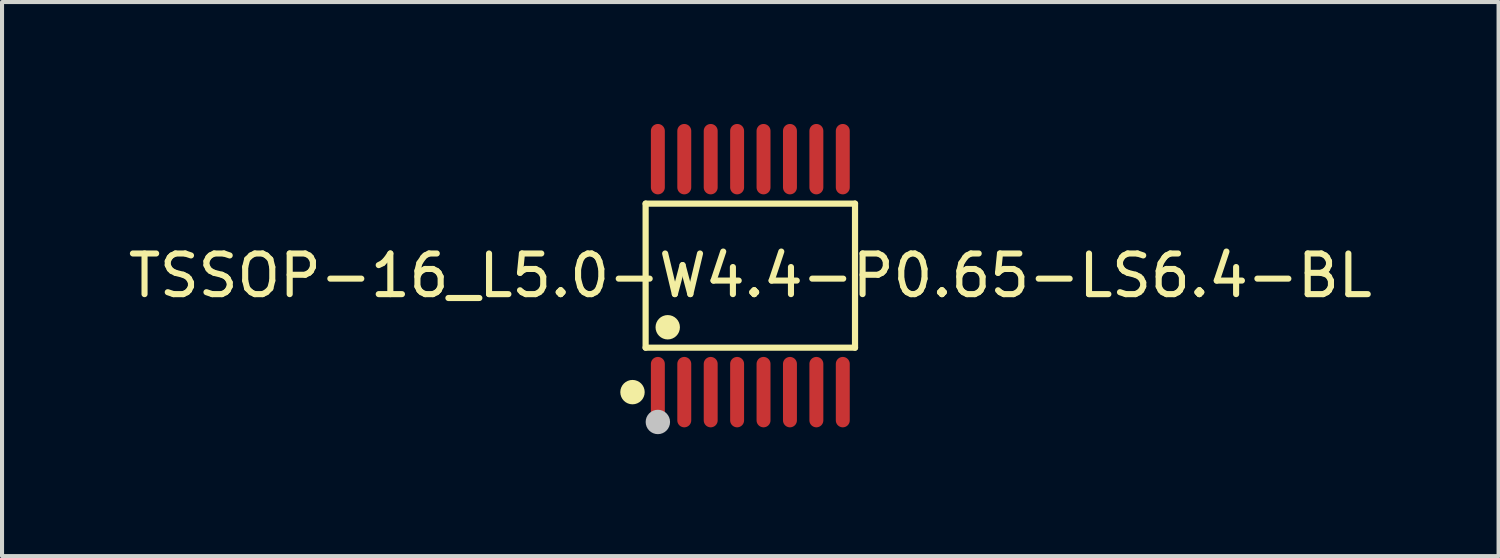
<source format=kicad_pcb>
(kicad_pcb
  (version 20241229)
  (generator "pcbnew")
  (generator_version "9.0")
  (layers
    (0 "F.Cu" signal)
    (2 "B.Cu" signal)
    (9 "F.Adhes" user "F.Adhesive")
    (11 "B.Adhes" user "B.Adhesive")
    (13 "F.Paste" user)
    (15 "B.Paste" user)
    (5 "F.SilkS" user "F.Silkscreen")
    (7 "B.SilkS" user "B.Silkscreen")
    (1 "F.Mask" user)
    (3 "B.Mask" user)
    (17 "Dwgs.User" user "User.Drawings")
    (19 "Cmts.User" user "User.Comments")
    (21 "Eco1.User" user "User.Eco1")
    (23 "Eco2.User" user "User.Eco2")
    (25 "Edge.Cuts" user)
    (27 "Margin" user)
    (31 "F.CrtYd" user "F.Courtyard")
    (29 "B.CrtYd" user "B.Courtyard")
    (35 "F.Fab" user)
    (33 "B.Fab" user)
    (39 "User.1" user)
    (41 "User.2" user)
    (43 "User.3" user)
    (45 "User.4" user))
  (footprint "TSSOP-16_L5.0-W4.4-P0.65-LS6.4-BL"
    (layer "F.Cu")
    (at 15.411 3.732)
    (property "Reference" "TSSOP-16_L5.0-W4.4-P0.65-LS6.4-BL" (at 0 0 0) (layer "F.SilkS") (effects (font (size 1 1) (thickness 0.15))))
    (fp_line (start -2.576 -1.772) (end 2.576 -1.772) (stroke (width 0.152) (type default)) (layer "F.SilkS"))
    (fp_line (start -2.576 1.772) (end -2.576 -1.772) (stroke (width 0.152) (type default)) (layer "F.SilkS"))
    (fp_line (start 2.576 -1.772) (end 2.576 1.772) (stroke (width 0.152) (type default)) (layer "F.SilkS"))
    (fp_line (start 2.576 1.772) (end -2.576 1.772) (stroke (width 0.152) (type default)) (layer "F.SilkS"))
    (fp_circle (center -2.899 2.866) (end -2.749 2.866) (stroke (width 0.3) (type default)) (fill no) (layer "F.SilkS"))
    (fp_circle (center -2.032 1.27) (end -1.882 1.27) (stroke (width 0.3) (type default)) (fill no) (layer "F.SilkS"))
    (fp_circle (center -2.275 3.6) (end -2.125 3.6) (stroke (width 0.3) (type default)) (fill no) (layer "Dwgs.User"))
    (fp_poly (pts (xy -2.397 -3.2) (xy -2.397 -2.6) (xy -2.152 -2.6) (xy -2.152 -3.2)) (stroke (width 0.1) (type default)) (fill no) (layer "User.1"))
    (fp_poly (pts (xy -2.397 -2.61) (xy -2.397 -2.19) (xy -2.152 -2.19) (xy -2.152 -2.61)) (stroke (width 0.1) (type default)) (fill no) (layer "User.1"))
    (fp_poly (pts (xy -2.397 2.61) (xy -2.397 2.19) (xy -2.152 2.19) (xy -2.152 2.61)) (stroke (width 0.1) (type default)) (fill no) (layer "User.1"))
    (fp_poly (pts (xy -2.397 3.2) (xy -2.397 2.6) (xy -2.152 2.6) (xy -2.152 3.2)) (stroke (width 0.1) (type default)) (fill no) (layer "User.1"))
    (fp_poly (pts (xy -1.748 -3.2) (xy -1.748 -2.6) (xy -1.502 -2.6) (xy -1.502 -3.2)) (stroke (width 0.1) (type default)) (fill no) (layer "User.1"))
    (fp_poly (pts (xy -1.748 -2.61) (xy -1.748 -2.19) (xy -1.502 -2.19) (xy -1.502 -2.61)) (stroke (width 0.1) (type default)) (fill no) (layer "User.1"))
    (fp_poly (pts (xy -1.748 2.61) (xy -1.748 2.19) (xy -1.502 2.19) (xy -1.502 2.61)) (stroke (width 0.1) (type default)) (fill no) (layer "User.1"))
    (fp_poly (pts (xy -1.748 3.2) (xy -1.748 2.6) (xy -1.502 2.6) (xy -1.502 3.2)) (stroke (width 0.1) (type default)) (fill no) (layer "User.1"))
    (fp_poly (pts (xy -1.097 -3.2) (xy -1.097 -2.6) (xy -0.853 -2.6) (xy -0.853 -3.2)) (stroke (width 0.1) (type default)) (fill no) (layer "User.1"))
    (fp_poly (pts (xy -1.097 -2.61) (xy -1.097 -2.19) (xy -0.853 -2.19) (xy -0.853 -2.61)) (stroke (width 0.1) (type default)) (fill no) (layer "User.1"))
    (fp_poly (pts (xy -1.097 2.61) (xy -1.097 2.19) (xy -0.853 2.19) (xy -0.853 2.61)) (stroke (width 0.1) (type default)) (fill no) (layer "User.1"))
    (fp_poly (pts (xy -1.097 3.2) (xy -1.097 2.6) (xy -0.853 2.6) (xy -0.853 3.2)) (stroke (width 0.1) (type default)) (fill no) (layer "User.1"))
    (fp_poly (pts (xy -0.448 -3.2) (xy -0.448 -2.6) (xy -0.203 -2.6) (xy -0.203 -3.2)) (stroke (width 0.1) (type default)) (fill no) (layer "User.1"))
    (fp_poly (pts (xy -0.448 -2.61) (xy -0.448 -2.19) (xy -0.203 -2.19) (xy -0.203 -2.61)) (stroke (width 0.1) (type default)) (fill no) (layer "User.1"))
    (fp_poly (pts (xy -0.448 2.61) (xy -0.448 2.19) (xy -0.203 2.19) (xy -0.203 2.61)) (stroke (width 0.1) (type default)) (fill no) (layer "User.1"))
    (fp_poly (pts (xy -0.448 3.2) (xy -0.448 2.6) (xy -0.203 2.6) (xy -0.203 3.2)) (stroke (width 0.1) (type default)) (fill no) (layer "User.1"))
    (fp_poly (pts (xy 0.203 -3.2) (xy 0.203 -2.6) (xy 0.448 -2.6) (xy 0.448 -3.2)) (stroke (width 0.1) (type default)) (fill no) (layer "User.1"))
    (fp_poly (pts (xy 0.203 -2.61) (xy 0.203 -2.19) (xy 0.448 -2.19) (xy 0.448 -2.61)) (stroke (width 0.1) (type default)) (fill no) (layer "User.1"))
    (fp_poly (pts (xy 0.203 2.61) (xy 0.203 2.19) (xy 0.448 2.19) (xy 0.448 2.61)) (stroke (width 0.1) (type default)) (fill no) (layer "User.1"))
    (fp_poly (pts (xy 0.203 3.2) (xy 0.203 2.6) (xy 0.448 2.6) (xy 0.448 3.2)) (stroke (width 0.1) (type default)) (fill no) (layer "User.1"))
    (fp_poly (pts (xy 0.853 -3.2) (xy 0.853 -2.6) (xy 1.097 -2.6) (xy 1.097 -3.2)) (stroke (width 0.1) (type default)) (fill no) (layer "User.1"))
    (fp_poly (pts (xy 0.853 -2.61) (xy 0.853 -2.19) (xy 1.097 -2.19) (xy 1.097 -2.61)) (stroke (width 0.1) (type default)) (fill no) (layer "User.1"))
    (fp_poly (pts (xy 0.853 2.61) (xy 0.853 2.19) (xy 1.097 2.19) (xy 1.097 2.61)) (stroke (width 0.1) (type default)) (fill no) (layer "User.1"))
    (fp_poly (pts (xy 0.853 3.2) (xy 0.853 2.6) (xy 1.097 2.6) (xy 1.097 3.2)) (stroke (width 0.1) (type default)) (fill no) (layer "User.1"))
    (fp_poly (pts (xy 1.502 -3.2) (xy 1.502 -2.6) (xy 1.748 -2.6) (xy 1.748 -3.2)) (stroke (width 0.1) (type default)) (fill no) (layer "User.1"))
    (fp_poly (pts (xy 1.502 -2.61) (xy 1.502 -2.19) (xy 1.748 -2.19) (xy 1.748 -2.61)) (stroke (width 0.1) (type default)) (fill no) (layer "User.1"))
    (fp_poly (pts (xy 1.502 2.61) (xy 1.502 2.19) (xy 1.748 2.19) (xy 1.748 2.61)) (stroke (width 0.1) (type default)) (fill no) (layer "User.1"))
    (fp_poly (pts (xy 1.502 3.2) (xy 1.502 2.6) (xy 1.748 2.6) (xy 1.748 3.2)) (stroke (width 0.1) (type default)) (fill no) (layer "User.1"))
    (fp_poly (pts (xy 2.152 -3.2) (xy 2.152 -2.6) (xy 2.397 -2.6) (xy 2.397 -3.2)) (stroke (width 0.1) (type default)) (fill no) (layer "User.1"))
    (fp_poly (pts (xy 2.152 -2.61) (xy 2.152 -2.19) (xy 2.397 -2.19) (xy 2.397 -2.61)) (stroke (width 0.1) (type default)) (fill no) (layer "User.1"))
    (fp_poly (pts (xy 2.152 2.61) (xy 2.152 2.19) (xy 2.397 2.19) (xy 2.397 2.61)) (stroke (width 0.1) (type default)) (fill no) (layer "User.1"))
    (fp_poly (pts (xy 2.152 3.2) (xy 2.152 2.6) (xy 2.397 2.6) (xy 2.397 3.2)) (stroke (width 0.1) (type default)) (fill no) (layer "User.1"))
    (fp_line (start -2.5 -2.2) (end 2.5 -2.2) (stroke (width 0.051) (type default)) (layer "User.2"))
    (fp_line (start -2.5 2.2) (end -2.5 -2.2) (stroke (width 0.051) (type default)) (layer "User.2"))
    (fp_line (start 2.5 -2.2) (end 2.5 2.2) (stroke (width 0.051) (type default)) (layer "User.2"))
    (fp_line (start 2.5 2.2) (end -2.5 2.2) (stroke (width 0.051) (type default)) (layer "User.2"))
    (fp_poly (pts (xy -2.445 3.177) (xy -2.477 3.145) (xy -2.523 3.145) (xy -2.555 3.177) (xy -2.555 3.223) (xy -2.523 3.255) (xy -2.477 3.255) (xy -2.445 3.223)) (stroke (width 0.1) (type default)) (fill no) (layer "User.3"))
    (pad "1" smd oval (at -2.275 2.866) (size 0.343 1.732) (layers "F.Cu" "F.Mask" "F.Paste"))
    (pad "2" smd oval (at -1.625 2.866) (size 0.343 1.732) (layers "F.Cu" "F.Mask" "F.Paste"))
    (pad "3" smd oval (at -0.975 2.866) (size 0.343 1.732) (layers "F.Cu" "F.Mask" "F.Paste"))
    (pad "4" smd oval (at -0.325 2.866) (size 0.343 1.732) (layers "F.Cu" "F.Mask" "F.Paste"))
    (pad "5" smd oval (at 0.325 2.866) (size 0.343 1.732) (layers "F.Cu" "F.Mask" "F.Paste"))
    (pad "6" smd oval (at 0.975 2.866) (size 0.343 1.732) (layers "F.Cu" "F.Mask" "F.Paste"))
    (pad "7" smd oval (at 1.625 2.866) (size 0.343 1.732) (layers "F.Cu" "F.Mask" "F.Paste"))
    (pad "8" smd oval (at 2.275 2.866) (size 0.343 1.732) (layers "F.Cu" "F.Mask" "F.Paste"))
    (pad "9" smd oval (at 2.275 -2.866) (size 0.343 1.732) (layers "F.Cu" "F.Mask" "F.Paste"))
    (pad "10" smd oval (at 1.625 -2.866) (size 0.343 1.732) (layers "F.Cu" "F.Mask" "F.Paste"))
    (pad "11" smd oval (at 0.975 -2.866) (size 0.343 1.732) (layers "F.Cu" "F.Mask" "F.Paste"))
    (pad "12" smd oval (at 0.325 -2.866) (size 0.343 1.732) (layers "F.Cu" "F.Mask" "F.Paste"))
    (pad "13" smd oval (at -0.325 -2.866) (size 0.343 1.732) (layers "F.Cu" "F.Mask" "F.Paste"))
    (pad "14" smd oval (at -0.975 -2.866) (size 0.343 1.732) (layers "F.Cu" "F.Mask" "F.Paste"))
    (pad "15" smd oval (at -1.625 -2.866) (size 0.343 1.732) (layers "F.Cu" "F.Mask" "F.Paste"))
    (pad "16" smd oval (at -2.275 -2.866) (size 0.343 1.732) (layers "F.Cu" "F.Mask" "F.Paste")))
  (gr_rect
    (start -3 -3)
    (end 33.821 10.632)
    (stroke (width 0.1) (type default))
    (fill no)
    (layer "Edge.Cuts")))
</source>
